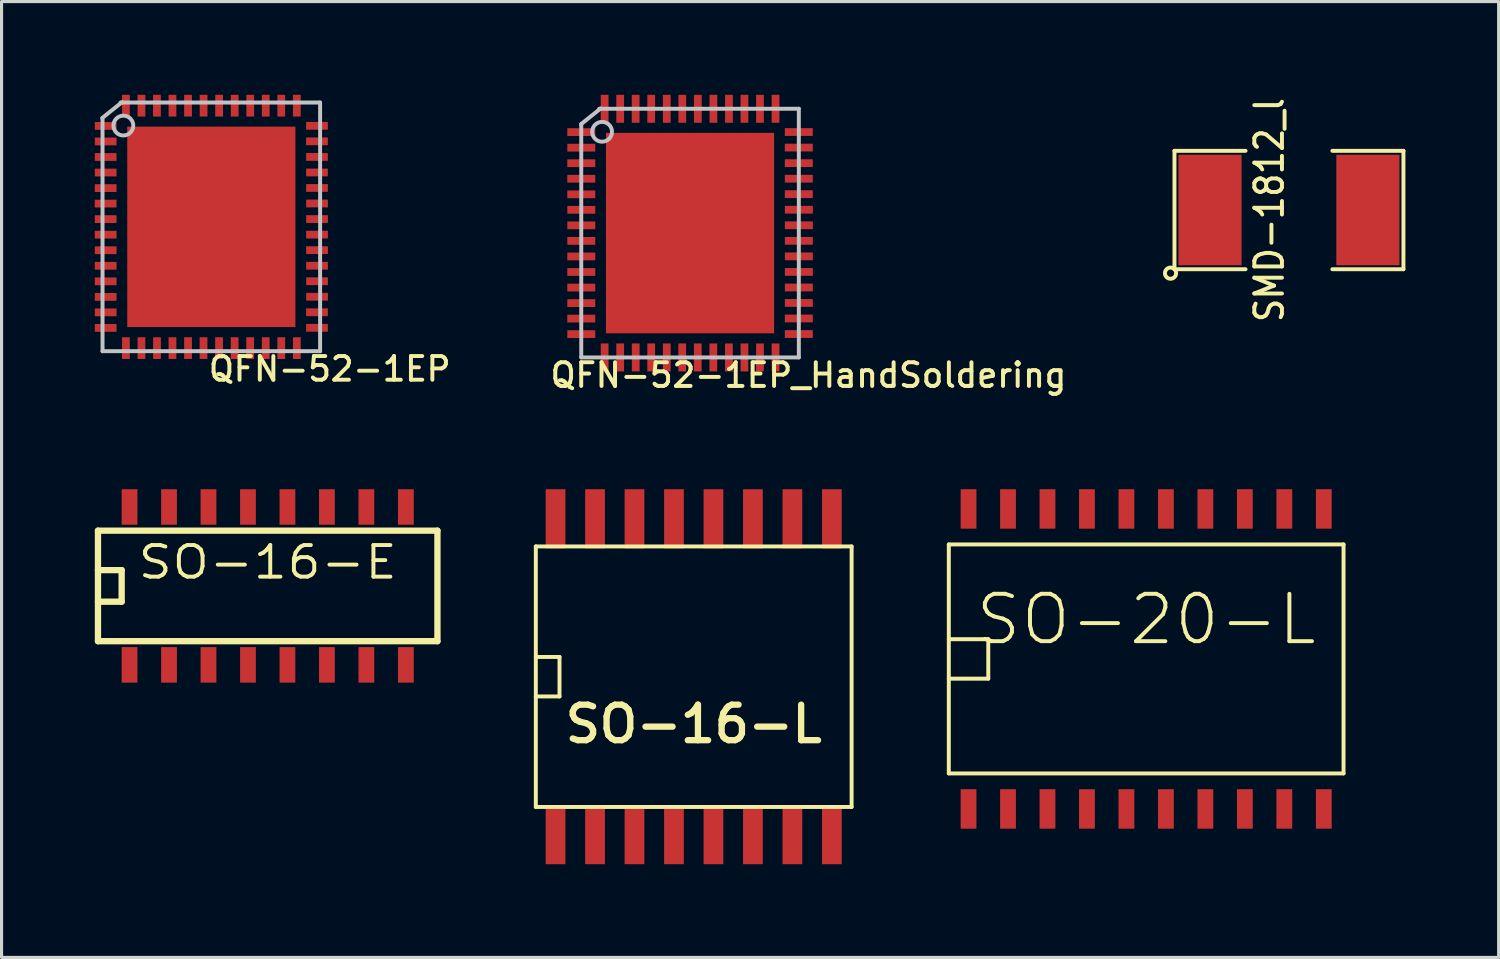
<source format=kicad_pcb>
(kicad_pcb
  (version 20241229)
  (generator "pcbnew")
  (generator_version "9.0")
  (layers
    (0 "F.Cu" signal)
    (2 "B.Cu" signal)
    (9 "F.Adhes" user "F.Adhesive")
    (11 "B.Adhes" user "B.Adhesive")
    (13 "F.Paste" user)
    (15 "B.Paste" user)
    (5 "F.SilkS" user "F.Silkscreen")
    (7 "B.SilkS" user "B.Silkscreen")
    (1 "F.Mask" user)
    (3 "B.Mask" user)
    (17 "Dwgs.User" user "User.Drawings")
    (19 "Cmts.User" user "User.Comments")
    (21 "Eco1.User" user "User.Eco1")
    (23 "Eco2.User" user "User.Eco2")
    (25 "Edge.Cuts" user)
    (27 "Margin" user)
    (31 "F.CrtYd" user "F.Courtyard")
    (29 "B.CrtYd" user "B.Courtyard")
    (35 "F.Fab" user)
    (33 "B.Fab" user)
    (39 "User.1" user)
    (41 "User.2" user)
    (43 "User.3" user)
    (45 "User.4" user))
  (footprint "SO-20-L"
    (layer "F.Cu")
    (at 33.826 18.15)
    (property "Reference" "SO-20-L" (at 0 -1.27 0) (layer "F.SilkS") (effects (font (size 1.524 1.524) (thickness 0.127))))
    (attr smd)
    (fp_line (start -6.35 -3.683) (end -6.35 3.683) (stroke (width 0.127) (type solid)) (layer "F.SilkS"))
    (fp_line (start -6.35 -3.683) (end 6.35 -3.683) (stroke (width 0.127) (type solid)) (layer "F.SilkS"))
    (fp_line (start -6.35 -0.635) (end -5.08 -0.635) (stroke (width 0.127) (type solid)) (layer "F.SilkS"))
    (fp_line (start -5.08 -0.635) (end -5.08 0.635) (stroke (width 0.127) (type solid)) (layer "F.SilkS"))
    (fp_line (start -5.08 0.635) (end -6.35 0.635) (stroke (width 0.127) (type solid)) (layer "F.SilkS"))
    (fp_line (start 6.35 3.683) (end -6.35 3.683) (stroke (width 0.127) (type solid)) (layer "F.SilkS"))
    (fp_line (start 6.35 3.683) (end 6.35 -3.683) (stroke (width 0.127) (type solid)) (layer "F.SilkS"))
    (pad "1" smd rect (at -5.715 4.826) (size 0.508 1.27) (layers "F.Cu" "F.Mask" "F.Paste"))
    (pad "2" smd rect (at -4.445 4.826) (size 0.508 1.27) (layers "F.Cu" "F.Mask" "F.Paste"))
    (pad "3" smd rect (at -3.175 4.826) (size 0.508 1.27) (layers "F.Cu" "F.Mask" "F.Paste"))
    (pad "4" smd rect (at -1.905 4.826) (size 0.508 1.27) (layers "F.Cu" "F.Mask" "F.Paste"))
    (pad "5" smd rect (at -0.635 4.826) (size 0.508 1.27) (layers "F.Cu" "F.Mask" "F.Paste"))
    (pad "6" smd rect (at 0.635 4.826) (size 0.508 1.27) (layers "F.Cu" "F.Mask" "F.Paste"))
    (pad "7" smd rect (at 1.905 4.826) (size 0.508 1.27) (layers "F.Cu" "F.Mask" "F.Paste"))
    (pad "8" smd rect (at 3.175 4.826) (size 0.508 1.27) (layers "F.Cu" "F.Mask" "F.Paste"))
    (pad "9" smd rect (at 4.445 4.826) (size 0.508 1.27) (layers "F.Cu" "F.Mask" "F.Paste"))
    (pad "10" smd rect (at 5.715 4.826) (size 0.508 1.27) (layers "F.Cu" "F.Mask" "F.Paste"))
    (pad "11" smd rect (at 5.715 -4.826) (size 0.508 1.27) (layers "F.Cu" "F.Mask" "F.Paste"))
    (pad "12" smd rect (at 4.445 -4.826) (size 0.508 1.27) (layers "F.Cu" "F.Mask" "F.Paste"))
    (pad "13" smd rect (at 3.175 -4.826) (size 0.508 1.27) (layers "F.Cu" "F.Mask" "F.Paste"))
    (pad "14" smd rect (at 1.905 -4.826) (size 0.508 1.27) (layers "F.Cu" "F.Mask" "F.Paste"))
    (pad "15" smd rect (at 0.635 -4.826) (size 0.508 1.27) (layers "F.Cu" "F.Mask" "F.Paste"))
    (pad "16" smd rect (at -0.635 -4.826) (size 0.508 1.27) (layers "F.Cu" "F.Mask" "F.Paste"))
    (pad "17" smd rect (at -1.905 -4.826) (size 0.508 1.27) (layers "F.Cu" "F.Mask" "F.Paste"))
    (pad "18" smd rect (at -3.175 -4.826) (size 0.508 1.27) (layers "F.Cu" "F.Mask" "F.Paste"))
    (pad "19" smd rect (at -4.445 -4.826) (size 0.508 1.27) (layers "F.Cu" "F.Mask" "F.Paste"))
    (pad "20" smd rect (at -5.715 -4.826) (size 0.508 1.27) (layers "F.Cu" "F.Mask" "F.Paste")))
  (footprint "QFN-52-1EP_HandSoldering"
    (layer "F.Cu")
    (at 19.151 4.449)
    (property "Reference" "QFN-52-1EP_HandSoldering" (at 3.81 4.572 0) (layer "F.SilkS") (effects (font (size 0.762 0.762) (thickness 0.127))))
    (attr smd)
    (fp_line (start -3.5 4) (end -3.5 -3.5) (stroke (width 0.127) (type solid)) (layer "Dwgs.User"))
    (fp_line (start -2.921 -4) (end 3.5 -4) (stroke (width 0.127) (type solid)) (layer "Dwgs.User"))
    (fp_line (start -2.875 -4.01) (end -3.51 -3.502) (stroke (width 0.127) (type solid)) (layer "Dwgs.User"))
    (fp_line (start 3.5 -4) (end 3.5 4) (stroke (width 0.127) (type solid)) (layer "Dwgs.User"))
    (fp_line (start 3.5 4) (end -3.5 4) (stroke (width 0.127) (type solid)) (layer "Dwgs.User"))
    (fp_circle (center -2.83 -3.259) (end -2.932 -3.561) (stroke (width 0.127) (type solid)) (fill no) (layer "Dwgs.User"))
    (pad "1" smd rect (at -3.499 -3.248) (size 0.9 0.25) (layers "F.Cu" "F.Mask" "F.Paste"))
    (pad "2" smd rect (at -3.499 -2.748) (size 0.9 0.25) (layers "F.Cu" "F.Mask" "F.Paste"))
    (pad "3" smd rect (at -3.499 -2.248) (size 0.9 0.25) (layers "F.Cu" "F.Mask" "F.Paste"))
    (pad "4" smd rect (at -3.499 -1.748) (size 0.9 0.25) (layers "F.Cu" "F.Mask" "F.Paste"))
    (pad "5" smd rect (at -3.499 -1.247) (size 0.9 0.25) (layers "F.Cu" "F.Mask" "F.Paste"))
    (pad "6" smd rect (at -3.499 -0.749) (size 0.9 0.25) (layers "F.Cu" "F.Mask" "F.Paste"))
    (pad "7" smd rect (at -3.499 -0.249) (size 0.9 0.25) (layers "F.Cu" "F.Mask" "F.Paste"))
    (pad "8" smd rect (at -3.499 0.251) (size 0.9 0.25) (layers "F.Cu" "F.Mask" "F.Paste"))
    (pad "9" smd rect (at -3.499 0.752) (size 0.9 0.25) (layers "F.Cu" "F.Mask" "F.Paste"))
    (pad "10" smd rect (at -3.499 1.252) (size 0.9 0.25) (layers "F.Cu" "F.Mask" "F.Paste"))
    (pad "11" smd rect (at -3.499 1.753) (size 0.9 0.25) (layers "F.Cu" "F.Mask" "F.Paste"))
    (pad "12" smd rect (at -3.499 2.253) (size 0.9 0.25) (layers "F.Cu" "F.Mask" "F.Paste"))
    (pad "13" smd rect (at -3.499 2.751) (size 0.9 0.25) (layers "F.Cu" "F.Mask" "F.Paste"))
    (pad "14" smd rect (at -3.499 3.251) (size 0.9 0.25) (layers "F.Cu" "F.Mask" "F.Paste"))
    (pad "15" smd rect (at -2.748 4.001 90) (size 0.9 0.25) (layers "F.Cu" "F.Mask" "F.Paste"))
    (pad "16" smd rect (at -2.248 4.001 90) (size 0.9 0.25) (layers "F.Cu" "F.Mask" "F.Paste"))
    (pad "17" smd rect (at -1.748 4.001 90) (size 0.9 0.25) (layers "F.Cu" "F.Mask" "F.Paste"))
    (pad "18" smd rect (at -1.25 4.001 90) (size 0.9 0.25) (layers "F.Cu" "F.Mask" "F.Paste"))
    (pad "19" smd rect (at -0.749 4.001 90) (size 0.9 0.25) (layers "F.Cu" "F.Mask" "F.Paste"))
    (pad "20" smd rect (at -0.251 4.001 90) (size 0.9 0.25) (layers "F.Cu" "F.Mask" "F.Paste"))
    (pad "21" smd rect (at 0.249 4.001 90) (size 0.9 0.25) (layers "F.Cu" "F.Mask" "F.Paste"))
    (pad "22" smd rect (at 0.749 4.001 90) (size 0.9 0.25) (layers "F.Cu" "F.Mask" "F.Paste"))
    (pad "23" smd rect (at 1.25 4.001 90) (size 0.9 0.25) (layers "F.Cu" "F.Mask" "F.Paste"))
    (pad "24" smd rect (at 1.75 4.001 90) (size 0.9 0.25) (layers "F.Cu" "F.Mask" "F.Paste"))
    (pad "25" smd rect (at 2.25 4.001 90) (size 0.9 0.25) (layers "F.Cu" "F.Mask" "F.Paste"))
    (pad "26" smd rect (at 2.751 4.001 90) (size 0.9 0.25) (layers "F.Cu" "F.Mask" "F.Paste"))
    (pad "27" smd rect (at 3.499 3.248) (size 0.9 0.25) (layers "F.Cu" "F.Mask" "F.Paste"))
    (pad "28" smd rect (at 3.499 2.748) (size 0.9 0.25) (layers "F.Cu" "F.Mask" "F.Paste"))
    (pad "29" smd rect (at 3.501 2.248) (size 0.9 0.25) (layers "F.Cu" "F.Mask" "F.Paste"))
    (pad "30" smd rect (at 3.501 1.75) (size 0.9 0.25) (layers "F.Cu" "F.Mask" "F.Paste"))
    (pad "31" smd rect (at 3.501 1.25) (size 0.9 0.25) (layers "F.Cu" "F.Mask" "F.Paste"))
    (pad "32" smd rect (at 3.501 0.749) (size 0.9 0.25) (layers "F.Cu" "F.Mask" "F.Paste"))
    (pad "33" smd rect (at 3.501 0.249) (size 0.9 0.25) (layers "F.Cu" "F.Mask" "F.Paste"))
    (pad "34" smd rect (at 3.501 -0.251) (size 0.9 0.25) (layers "F.Cu" "F.Mask" "F.Paste"))
    (pad "35" smd rect (at 3.501 -0.752) (size 0.9 0.25) (layers "F.Cu" "F.Mask" "F.Paste"))
    (pad "36" smd rect (at 3.499 -1.252) (size 0.9 0.25) (layers "F.Cu" "F.Mask" "F.Paste"))
    (pad "37" smd rect (at 3.499 -1.75) (size 0.9 0.25) (layers "F.Cu" "F.Mask" "F.Paste"))
    (pad "38" smd rect (at 3.499 -2.25) (size 0.9 0.25) (layers "F.Cu" "F.Mask" "F.Paste"))
    (pad "39" smd rect (at 3.499 -2.751) (size 0.9 0.25) (layers "F.Cu" "F.Mask" "F.Paste"))
    (pad "40" smd rect (at 3.499 -3.251) (size 0.9 0.25) (layers "F.Cu" "F.Mask" "F.Paste"))
    (pad "41" smd rect (at 2.751 -3.999 90) (size 0.9 0.25) (layers "F.Cu" "F.Mask" "F.Paste"))
    (pad "42" smd rect (at 2.25 -3.999 90) (size 0.9 0.25) (layers "F.Cu" "F.Mask" "F.Paste"))
    (pad "43" smd rect (at 1.75 -3.999 90) (size 0.9 0.25) (layers "F.Cu" "F.Mask" "F.Paste"))
    (pad "44" smd rect (at 1.252 -3.999 90) (size 0.9 0.25) (layers "F.Cu" "F.Mask" "F.Paste"))
    (pad "45" smd rect (at 0.752 -3.999 90) (size 0.9 0.25) (layers "F.Cu" "F.Mask" "F.Paste"))
    (pad "46" smd rect (at 0.251 -3.999 90) (size 0.9 0.25) (layers "F.Cu" "F.Mask" "F.Paste"))
    (pad "47" smd rect (at -0.249 -3.999 90) (size 0.9 0.25) (layers "F.Cu" "F.Mask" "F.Paste"))
    (pad "48" smd rect (at -0.749 -3.999 90) (size 0.9 0.25) (layers "F.Cu" "F.Mask" "F.Paste"))
    (pad "49" smd rect (at -1.25 -3.999 90) (size 0.9 0.25) (layers "F.Cu" "F.Mask" "F.Paste"))
    (pad "50" smd rect (at -1.75 -3.999 90) (size 0.9 0.25) (layers "F.Cu" "F.Mask" "F.Paste"))
    (pad "51" smd rect (at -2.248 -3.999 90) (size 0.9 0.25) (layers "F.Cu" "F.Mask" "F.Paste"))
    (pad "52" smd rect (at -2.748 -3.999 90) (size 0.9 0.25) (layers "F.Cu" "F.Mask" "F.Paste"))
    (pad "53" smd trapezoid (at 0 0) (size 5.41 6.45) (layers "F.Cu" "F.Mask" "F.Paste")))
  (footprint "SMD-1812_l"
    (layer "F.Cu")
    (at 38.42 3.707)
    (property "Reference" "SMD-1812_l" (at -0.63 0 90) (layer "F.SilkS") (effects (font (size 0.889 0.762) (thickness 0.127))))
    (attr smd)
    (fp_line (start -3.683 -1.905) (end -3.683 1.905) (stroke (width 0.127) (type solid)) (layer "F.SilkS"))
    (fp_line (start -3.683 1.905) (end -1.397 1.905) (stroke (width 0.127) (type solid)) (layer "F.SilkS"))
    (fp_line (start -1.397 -1.905) (end -3.683 -1.905) (stroke (width 0.127) (type solid)) (layer "F.SilkS"))
    (fp_line (start 1.397 1.905) (end 3.683 1.905) (stroke (width 0.127) (type solid)) (layer "F.SilkS"))
    (fp_line (start 3.683 -1.905) (end 1.397 -1.905) (stroke (width 0.127) (type solid)) (layer "F.SilkS"))
    (fp_line (start 3.683 1.905) (end 3.683 -1.905) (stroke (width 0.127) (type solid)) (layer "F.SilkS"))
    (fp_circle (center -3.81 2.032) (end -3.683 1.905) (stroke (width 0.127) (type solid)) (fill no) (layer "F.SilkS"))
    (pad "1" smd rect (at -2.54 0) (size 2.032 3.556) (layers "F.Cu" "F.Mask" "F.Paste"))
    (pad "2" smd rect (at 2.54 0) (size 2.032 3.556) (layers "F.Cu" "F.Mask" "F.Paste")))
  (footprint "QFN-52-1EP"
    (layer "F.Cu")
    (at 3.749 4.249)
    (property "Reference" "QFN-52-1EP" (at 3.81 4.572 0) (layer "F.SilkS") (effects (font (size 0.762 0.762) (thickness 0.127))))
    (attr smd)
    (fp_line (start -3.5 4) (end -3.5 -3.5) (stroke (width 0.127) (type solid)) (layer "Dwgs.User"))
    (fp_line (start -2.921 -4) (end 3.5 -4) (stroke (width 0.127) (type solid)) (layer "Dwgs.User"))
    (fp_line (start -2.875 -4.01) (end -3.51 -3.502) (stroke (width 0.127) (type solid)) (layer "Dwgs.User"))
    (fp_line (start 3.5 -4) (end 3.5 4) (stroke (width 0.127) (type solid)) (layer "Dwgs.User"))
    (fp_line (start 3.5 4) (end -3.5 4) (stroke (width 0.127) (type solid)) (layer "Dwgs.User"))
    (fp_circle (center -2.83 -3.259) (end -2.932 -3.561) (stroke (width 0.127) (type solid)) (fill no) (layer "Dwgs.User"))
    (pad "1" smd rect (at -3.399 -3.248) (size 0.7 0.25) (layers "F.Cu" "F.Mask" "F.Paste"))
    (pad "2" smd rect (at -3.399 -2.748) (size 0.7 0.25) (layers "F.Cu" "F.Mask" "F.Paste"))
    (pad "3" smd rect (at -3.399 -2.248) (size 0.7 0.25) (layers "F.Cu" "F.Mask" "F.Paste"))
    (pad "4" smd rect (at -3.399 -1.748) (size 0.7 0.25) (layers "F.Cu" "F.Mask" "F.Paste"))
    (pad "5" smd rect (at -3.399 -1.247) (size 0.7 0.25) (layers "F.Cu" "F.Mask" "F.Paste"))
    (pad "6" smd rect (at -3.399 -0.749) (size 0.7 0.25) (layers "F.Cu" "F.Mask" "F.Paste"))
    (pad "7" smd rect (at -3.399 -0.249) (size 0.7 0.25) (layers "F.Cu" "F.Mask" "F.Paste"))
    (pad "8" smd rect (at -3.399 0.251) (size 0.7 0.25) (layers "F.Cu" "F.Mask" "F.Paste"))
    (pad "9" smd rect (at -3.399 0.752) (size 0.7 0.25) (layers "F.Cu" "F.Mask" "F.Paste"))
    (pad "10" smd rect (at -3.399 1.252) (size 0.7 0.25) (layers "F.Cu" "F.Mask" "F.Paste"))
    (pad "11" smd rect (at -3.399 1.753) (size 0.7 0.25) (layers "F.Cu" "F.Mask" "F.Paste"))
    (pad "12" smd rect (at -3.399 2.253) (size 0.7 0.25) (layers "F.Cu" "F.Mask" "F.Paste"))
    (pad "13" smd rect (at -3.399 2.751) (size 0.7 0.25) (layers "F.Cu" "F.Mask" "F.Paste"))
    (pad "14" smd rect (at -3.399 3.251) (size 0.7 0.25) (layers "F.Cu" "F.Mask" "F.Paste"))
    (pad "14" smd rect (at -2.748 3.901 90) (size 0.7 0.25) (layers "F.Cu" "F.Mask" "F.Paste"))
    (pad "15" smd rect (at -2.248 3.901 90) (size 0.7 0.25) (layers "F.Cu" "F.Mask" "F.Paste"))
    (pad "16" smd rect (at -1.748 3.901 90) (size 0.7 0.25) (layers "F.Cu" "F.Mask" "F.Paste"))
    (pad "18" smd rect (at -1.25 3.901 90) (size 0.7 0.25) (layers "F.Cu" "F.Mask" "F.Paste"))
    (pad "19" smd rect (at -0.749 3.901 90) (size 0.7 0.25) (layers "F.Cu" "F.Mask" "F.Paste"))
    (pad "20" smd rect (at -0.251 3.901 90) (size 0.7 0.25) (layers "F.Cu" "F.Mask" "F.Paste"))
    (pad "21" smd rect (at 0.249 3.901 90) (size 0.7 0.25) (layers "F.Cu" "F.Mask" "F.Paste"))
    (pad "22" smd rect (at 0.749 3.901 90) (size 0.7 0.25) (layers "F.Cu" "F.Mask" "F.Paste"))
    (pad "23" smd rect (at 1.25 3.901 90) (size 0.7 0.25) (layers "F.Cu" "F.Mask" "F.Paste"))
    (pad "24" smd rect (at 1.75 3.901 90) (size 0.7 0.25) (layers "F.Cu" "F.Mask" "F.Paste"))
    (pad "25" smd rect (at 2.25 3.901 90) (size 0.7 0.25) (layers "F.Cu" "F.Mask" "F.Paste"))
    (pad "26" smd rect (at 2.751 3.901 90) (size 0.7 0.25) (layers "F.Cu" "F.Mask" "F.Paste"))
    (pad "27" smd rect (at 3.399 3.248) (size 0.7 0.25) (layers "F.Cu" "F.Mask" "F.Paste"))
    (pad "28" smd rect (at 3.399 2.748) (size 0.7 0.25) (layers "F.Cu" "F.Mask" "F.Paste"))
    (pad "29" smd rect (at 3.401 2.248) (size 0.7 0.25) (layers "F.Cu" "F.Mask" "F.Paste"))
    (pad "30" smd rect (at 3.401 1.75) (size 0.7 0.25) (layers "F.Cu" "F.Mask" "F.Paste"))
    (pad "31" smd rect (at 3.401 1.25) (size 0.7 0.25) (layers "F.Cu" "F.Mask" "F.Paste"))
    (pad "32" smd rect (at 3.401 0.749) (size 0.7 0.25) (layers "F.Cu" "F.Mask" "F.Paste"))
    (pad "33" smd rect (at 3.401 0.249) (size 0.7 0.25) (layers "F.Cu" "F.Mask" "F.Paste"))
    (pad "34" smd rect (at 3.401 -0.251) (size 0.7 0.25) (layers "F.Cu" "F.Mask" "F.Paste"))
    (pad "35" smd rect (at 3.401 -0.752) (size 0.7 0.25) (layers "F.Cu" "F.Mask" "F.Paste"))
    (pad "36" smd rect (at 3.399 -1.252) (size 0.7 0.25) (layers "F.Cu" "F.Mask" "F.Paste"))
    (pad "37" smd rect (at 3.399 -1.75) (size 0.7 0.25) (layers "F.Cu" "F.Mask" "F.Paste"))
    (pad "38" smd rect (at 3.399 -2.25) (size 0.7 0.25) (layers "F.Cu" "F.Mask" "F.Paste"))
    (pad "39" smd rect (at 3.399 -2.751) (size 0.7 0.25) (layers "F.Cu" "F.Mask" "F.Paste"))
    (pad "40" smd rect (at 3.399 -3.251) (size 0.7 0.25) (layers "F.Cu" "F.Mask" "F.Paste"))
    (pad "41" smd rect (at 2.751 -3.899 90) (size 0.7 0.25) (layers "F.Cu" "F.Mask" "F.Paste"))
    (pad "42" smd rect (at 2.25 -3.899 90) (size 0.7 0.25) (layers "F.Cu" "F.Mask" "F.Paste"))
    (pad "43" smd rect (at 1.75 -3.899 90) (size 0.7 0.25) (layers "F.Cu" "F.Mask" "F.Paste"))
    (pad "44" smd rect (at 1.252 -3.899 90) (size 0.7 0.25) (layers "F.Cu" "F.Mask" "F.Paste"))
    (pad "45" smd rect (at 0.752 -3.899 90) (size 0.7 0.25) (layers "F.Cu" "F.Mask" "F.Paste"))
    (pad "46" smd rect (at 0.251 -3.899 90) (size 0.7 0.25) (layers "F.Cu" "F.Mask" "F.Paste"))
    (pad "47" smd rect (at -0.249 -3.899 90) (size 0.7 0.25) (layers "F.Cu" "F.Mask" "F.Paste"))
    (pad "48" smd rect (at -0.749 -3.899 90) (size 0.7 0.25) (layers "F.Cu" "F.Mask" "F.Paste"))
    (pad "49" smd rect (at -1.25 -3.899 90) (size 0.7 0.25) (layers "F.Cu" "F.Mask" "F.Paste"))
    (pad "50" smd rect (at -1.75 -3.899 90) (size 0.7 0.25) (layers "F.Cu" "F.Mask" "F.Paste"))
    (pad "51" smd rect (at -2.248 -3.899 90) (size 0.7 0.25) (layers "F.Cu" "F.Mask" "F.Paste"))
    (pad "52" smd rect (at -2.748 -3.899 90) (size 0.7 0.25) (layers "F.Cu" "F.Mask" "F.Paste"))
    (pad "53" smd trapezoid (at 0 0) (size 5.41 6.45) (layers "F.Cu" "F.Mask" "F.Paste")))
  (footprint "SO-16-E"
    (layer "F.Cu")
    (at 5.563 15.801)
    (property "Reference" "SO-16-E" (at 0 -0.762 0) (layer "F.SilkS") (effects (font (size 1.016 1.143) (thickness 0.127))))
    (attr smd)
    (fp_line (start -5.461 -1.778) (end 5.461 -1.778) (stroke (width 0.203) (type solid)) (layer "F.SilkS"))
    (fp_line (start -5.461 -0.508) (end -4.699 -0.508) (stroke (width 0.203) (type solid)) (layer "F.SilkS"))
    (fp_line (start -5.461 1.778) (end -5.461 -1.778) (stroke (width 0.203) (type solid)) (layer "F.SilkS"))
    (fp_line (start -4.699 -0.508) (end -4.699 0.508) (stroke (width 0.203) (type solid)) (layer "F.SilkS"))
    (fp_line (start -4.699 0.508) (end -5.461 0.508) (stroke (width 0.203) (type solid)) (layer "F.SilkS"))
    (fp_line (start 5.461 -1.778) (end 5.461 1.778) (stroke (width 0.203) (type solid)) (layer "F.SilkS"))
    (fp_line (start 5.461 1.778) (end -5.461 1.778) (stroke (width 0.203) (type solid)) (layer "F.SilkS"))
    (pad "1" smd rect (at -4.445 2.54) (size 0.508 1.143) (layers "F.Cu" "F.Mask" "F.Paste"))
    (pad "2" smd rect (at -3.175 2.54) (size 0.508 1.143) (layers "F.Cu" "F.Mask" "F.Paste"))
    (pad "3" smd rect (at -1.905 2.54) (size 0.508 1.143) (layers "F.Cu" "F.Mask" "F.Paste"))
    (pad "4" smd rect (at -0.635 2.54) (size 0.508 1.143) (layers "F.Cu" "F.Mask" "F.Paste"))
    (pad "5" smd rect (at 0.635 2.54) (size 0.508 1.143) (layers "F.Cu" "F.Mask" "F.Paste"))
    (pad "6" smd rect (at 1.905 2.54) (size 0.508 1.143) (layers "F.Cu" "F.Mask" "F.Paste"))
    (pad "7" smd rect (at 3.175 2.54) (size 0.508 1.143) (layers "F.Cu" "F.Mask" "F.Paste"))
    (pad "8" smd rect (at 4.445 2.54) (size 0.508 1.143) (layers "F.Cu" "F.Mask" "F.Paste"))
    (pad "9" smd rect (at 4.445 -2.54) (size 0.508 1.143) (layers "F.Cu" "F.Mask" "F.Paste"))
    (pad "10" smd rect (at 3.175 -2.54) (size 0.508 1.143) (layers "F.Cu" "F.Mask" "F.Paste"))
    (pad "11" smd rect (at 1.905 -2.54) (size 0.508 1.143) (layers "F.Cu" "F.Mask" "F.Paste"))
    (pad "12" smd rect (at 0.635 -2.54) (size 0.508 1.143) (layers "F.Cu" "F.Mask" "F.Paste"))
    (pad "13" smd rect (at -0.635 -2.54) (size 0.508 1.143) (layers "F.Cu" "F.Mask" "F.Paste"))
    (pad "14" smd rect (at -1.905 -2.54) (size 0.508 1.143) (layers "F.Cu" "F.Mask" "F.Paste"))
    (pad "15" smd rect (at -3.175 -2.54) (size 0.508 1.143) (layers "F.Cu" "F.Mask" "F.Paste"))
    (pad "16" smd rect (at -4.445 -2.54) (size 0.508 1.143) (layers "F.Cu" "F.Mask" "F.Paste")))
  (footprint "SO-16-L"
    (layer "F.Cu")
    (at 19.269 18.722)
    (property "Reference" "SO-16-L" (at 0 1.524 0) (layer "F.SilkS") (effects (font (size 1.143 1.143) (thickness 0.203))))
    (attr smd)
    (fp_line (start -5.08 -4.191) (end 5.08 -4.191) (stroke (width 0.127) (type solid)) (layer "F.SilkS"))
    (fp_line (start -5.08 -0.635) (end -4.318 -0.635) (stroke (width 0.127) (type solid)) (layer "F.SilkS"))
    (fp_line (start -5.08 4.191) (end -5.08 -4.191) (stroke (width 0.127) (type solid)) (layer "F.SilkS"))
    (fp_line (start -4.318 -0.635) (end -4.318 0.635) (stroke (width 0.127) (type solid)) (layer "F.SilkS"))
    (fp_line (start -4.318 0.635) (end -5.08 0.635) (stroke (width 0.127) (type solid)) (layer "F.SilkS"))
    (fp_line (start 5.08 -4.191) (end 5.08 4.191) (stroke (width 0.127) (type solid)) (layer "F.SilkS"))
    (fp_line (start 5.08 4.191) (end -5.08 4.191) (stroke (width 0.127) (type solid)) (layer "F.SilkS"))
    (pad "1" smd rect (at -4.445 5.08) (size 0.635 1.905) (layers "F.Cu" "F.Mask" "F.Paste"))
    (pad "2" smd rect (at -3.175 5.08) (size 0.635 1.905) (layers "F.Cu" "F.Mask" "F.Paste"))
    (pad "3" smd rect (at -1.905 5.08) (size 0.635 1.905) (layers "F.Cu" "F.Mask" "F.Paste"))
    (pad "4" smd rect (at -0.635 5.08) (size 0.635 1.905) (layers "F.Cu" "F.Mask" "F.Paste"))
    (pad "5" smd rect (at 0.635 5.08) (size 0.635 1.905) (layers "F.Cu" "F.Mask" "F.Paste"))
    (pad "6" smd rect (at 1.905 5.08) (size 0.635 1.905) (layers "F.Cu" "F.Mask" "F.Paste"))
    (pad "7" smd rect (at 3.175 5.08) (size 0.635 1.905) (layers "F.Cu" "F.Mask" "F.Paste"))
    (pad "8" smd rect (at 4.445 5.08) (size 0.635 1.905) (layers "F.Cu" "F.Mask" "F.Paste"))
    (pad "9" smd rect (at 4.445 -5.08) (size 0.635 1.905) (layers "F.Cu" "F.Mask" "F.Paste"))
    (pad "10" smd rect (at 3.175 -5.08) (size 0.635 1.905) (layers "F.Cu" "F.Mask" "F.Paste"))
    (pad "11" smd rect (at 1.905 -5.08) (size 0.635 1.905) (layers "F.Cu" "F.Mask" "F.Paste"))
    (pad "12" smd rect (at 0.635 -5.08) (size 0.635 1.905) (layers "F.Cu" "F.Mask" "F.Paste"))
    (pad "13" smd rect (at -0.635 -5.08) (size 0.635 1.905) (layers "F.Cu" "F.Mask" "F.Paste"))
    (pad "14" smd rect (at -1.905 -5.08) (size 0.635 1.905) (layers "F.Cu" "F.Mask" "F.Paste"))
    (pad "15" smd rect (at -3.175 -5.08) (size 0.635 1.905) (layers "F.Cu" "F.Mask" "F.Paste"))
    (pad "16" smd rect (at -4.445 -5.08) (size 0.635 1.905) (layers "F.Cu" "F.Mask" "F.Paste")))
  (gr_rect
    (start -3 -3)
    (end 45.166 27.754)
    (stroke (width 0.1) (type default))
    (fill no)
    (layer "Edge.Cuts")))
</source>
